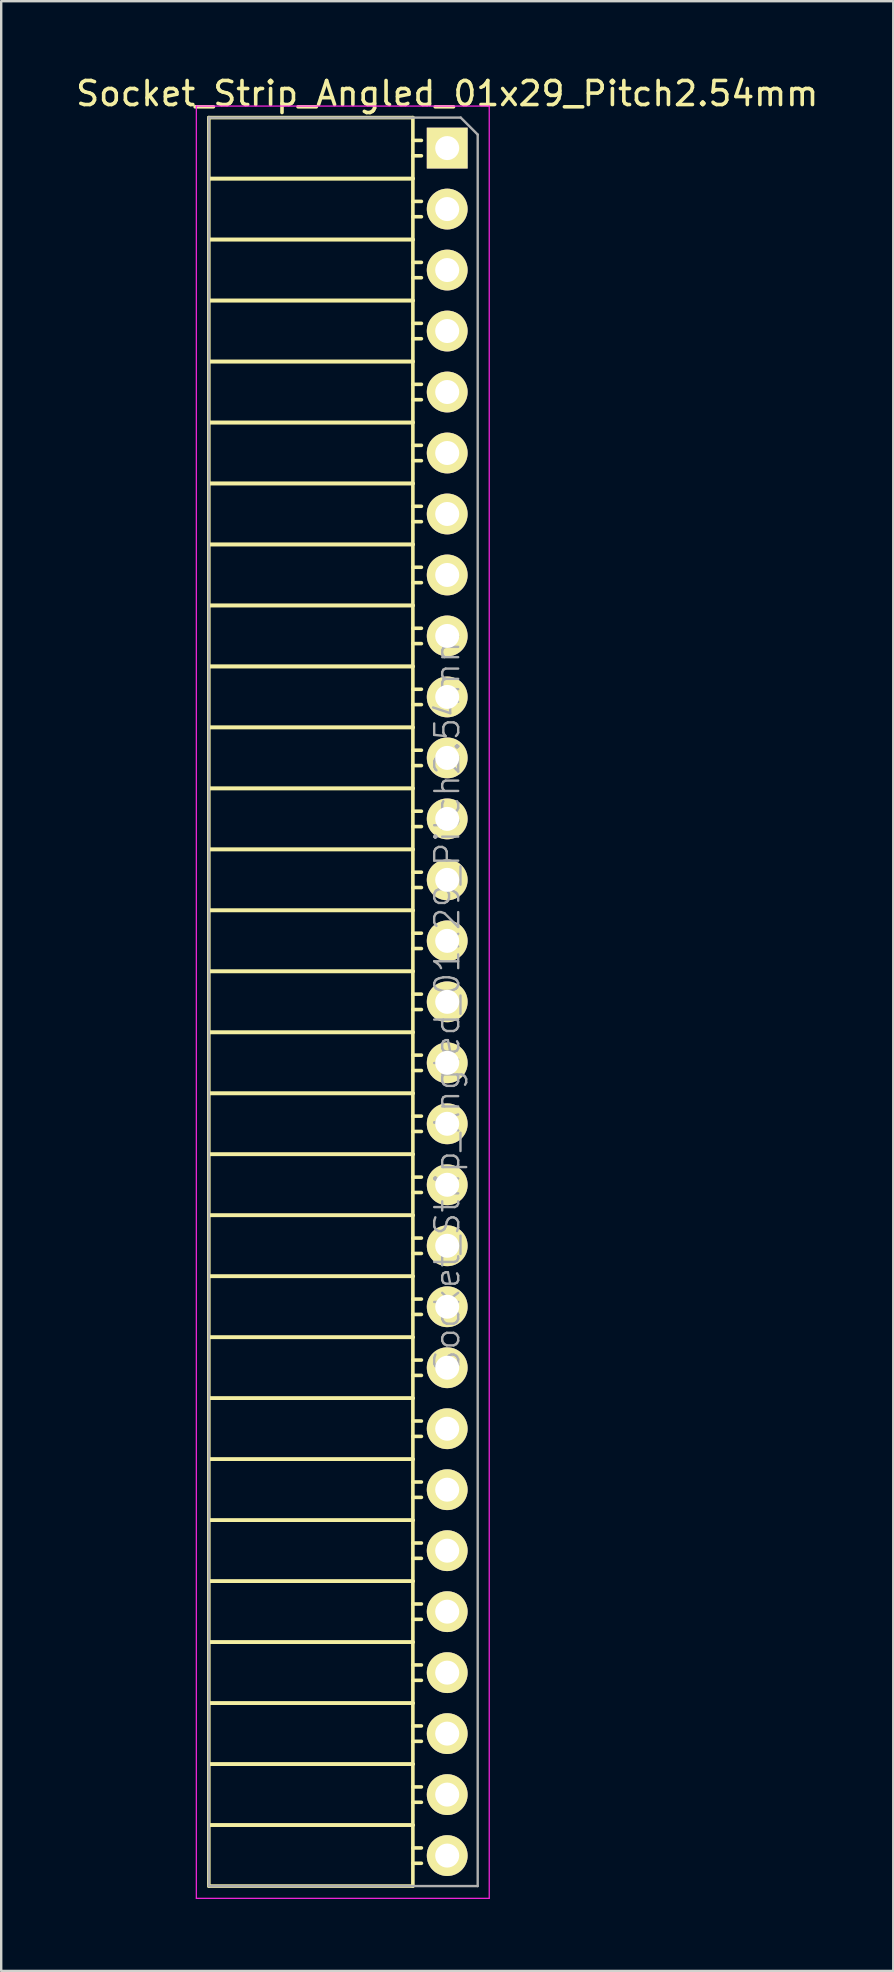
<source format=kicad_pcb>
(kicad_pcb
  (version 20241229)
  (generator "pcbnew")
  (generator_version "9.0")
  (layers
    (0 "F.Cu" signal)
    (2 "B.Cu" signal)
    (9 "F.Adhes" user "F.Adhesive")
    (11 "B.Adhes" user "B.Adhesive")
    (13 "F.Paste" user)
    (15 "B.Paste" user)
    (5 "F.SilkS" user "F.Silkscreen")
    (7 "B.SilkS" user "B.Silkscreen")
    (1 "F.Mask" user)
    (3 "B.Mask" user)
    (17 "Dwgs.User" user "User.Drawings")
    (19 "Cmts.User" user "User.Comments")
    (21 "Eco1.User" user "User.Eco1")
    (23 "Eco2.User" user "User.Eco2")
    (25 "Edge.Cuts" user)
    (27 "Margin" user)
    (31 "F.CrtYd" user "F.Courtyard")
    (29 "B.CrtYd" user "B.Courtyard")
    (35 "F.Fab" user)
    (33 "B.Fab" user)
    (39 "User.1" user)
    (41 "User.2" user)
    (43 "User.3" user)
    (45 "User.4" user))
  (footprint "Socket_Strip_Angled_01x29_Pitch2.54mm"
    (layer "F.Cu")
    (at 15.577 3.118)
    (property "Reference" "Socket_Strip_Angled_01x29_Pitch2.54mm" (at 0 -2.27 0) (layer "F.SilkS") (effects (font (size 1 1) (thickness 0.15))))
    (attr smd)
    (fp_line (start -9.93 -1.27) (end -9.93 1.27) (stroke (width 0.15) (type solid)) (layer "F.SilkS"))
    (fp_line (start -9.93 -1.27) (end -1.43 -1.27) (stroke (width 0.15) (type solid)) (layer "F.SilkS"))
    (fp_line (start -9.93 1.27) (end -9.93 3.81) (stroke (width 0.15) (type solid)) (layer "F.SilkS"))
    (fp_line (start -9.93 1.27) (end -1.43 1.27) (stroke (width 0.15) (type solid)) (layer "F.SilkS"))
    (fp_line (start -9.93 1.27) (end -1.43 1.27) (stroke (width 0.15) (type solid)) (layer "F.SilkS"))
    (fp_line (start -9.93 3.81) (end -9.93 6.35) (stroke (width 0.15) (type solid)) (layer "F.SilkS"))
    (fp_line (start -9.93 3.81) (end -1.43 3.81) (stroke (width 0.15) (type solid)) (layer "F.SilkS"))
    (fp_line (start -9.93 3.81) (end -1.43 3.81) (stroke (width 0.15) (type solid)) (layer "F.SilkS"))
    (fp_line (start -9.93 6.35) (end -9.93 8.89) (stroke (width 0.15) (type solid)) (layer "F.SilkS"))
    (fp_line (start -9.93 6.35) (end -1.43 6.35) (stroke (width 0.15) (type solid)) (layer "F.SilkS"))
    (fp_line (start -9.93 6.35) (end -1.43 6.35) (stroke (width 0.15) (type solid)) (layer "F.SilkS"))
    (fp_line (start -9.93 8.89) (end -9.93 11.43) (stroke (width 0.15) (type solid)) (layer "F.SilkS"))
    (fp_line (start -9.93 8.89) (end -1.43 8.89) (stroke (width 0.15) (type solid)) (layer "F.SilkS"))
    (fp_line (start -9.93 8.89) (end -1.43 8.89) (stroke (width 0.15) (type solid)) (layer "F.SilkS"))
    (fp_line (start -9.93 11.43) (end -9.93 13.97) (stroke (width 0.15) (type solid)) (layer "F.SilkS"))
    (fp_line (start -9.93 11.43) (end -1.43 11.43) (stroke (width 0.15) (type solid)) (layer "F.SilkS"))
    (fp_line (start -9.93 11.43) (end -1.43 11.43) (stroke (width 0.15) (type solid)) (layer "F.SilkS"))
    (fp_line (start -9.93 13.97) (end -9.93 16.51) (stroke (width 0.15) (type solid)) (layer "F.SilkS"))
    (fp_line (start -9.93 13.97) (end -1.43 13.97) (stroke (width 0.15) (type solid)) (layer "F.SilkS"))
    (fp_line (start -9.93 13.97) (end -1.43 13.97) (stroke (width 0.15) (type solid)) (layer "F.SilkS"))
    (fp_line (start -9.93 16.51) (end -9.93 19.05) (stroke (width 0.15) (type solid)) (layer "F.SilkS"))
    (fp_line (start -9.93 16.51) (end -1.43 16.51) (stroke (width 0.15) (type solid)) (layer "F.SilkS"))
    (fp_line (start -9.93 16.51) (end -1.43 16.51) (stroke (width 0.15) (type solid)) (layer "F.SilkS"))
    (fp_line (start -9.93 19.05) (end -9.93 21.59) (stroke (width 0.15) (type solid)) (layer "F.SilkS"))
    (fp_line (start -9.93 19.05) (end -1.43 19.05) (stroke (width 0.15) (type solid)) (layer "F.SilkS"))
    (fp_line (start -9.93 19.05) (end -1.43 19.05) (stroke (width 0.15) (type solid)) (layer "F.SilkS"))
    (fp_line (start -9.93 21.59) (end -9.93 24.13) (stroke (width 0.15) (type solid)) (layer "F.SilkS"))
    (fp_line (start -9.93 21.59) (end -1.43 21.59) (stroke (width 0.15) (type solid)) (layer "F.SilkS"))
    (fp_line (start -9.93 21.59) (end -1.43 21.59) (stroke (width 0.15) (type solid)) (layer "F.SilkS"))
    (fp_line (start -9.93 24.13) (end -9.93 26.67) (stroke (width 0.15) (type solid)) (layer "F.SilkS"))
    (fp_line (start -9.93 24.13) (end -1.43 24.13) (stroke (width 0.15) (type solid)) (layer "F.SilkS"))
    (fp_line (start -9.93 24.13) (end -1.43 24.13) (stroke (width 0.15) (type solid)) (layer "F.SilkS"))
    (fp_line (start -9.93 26.67) (end -9.93 29.21) (stroke (width 0.15) (type solid)) (layer "F.SilkS"))
    (fp_line (start -9.93 26.67) (end -1.43 26.67) (stroke (width 0.15) (type solid)) (layer "F.SilkS"))
    (fp_line (start -9.93 26.67) (end -1.43 26.67) (stroke (width 0.15) (type solid)) (layer "F.SilkS"))
    (fp_line (start -9.93 29.21) (end -9.93 31.75) (stroke (width 0.15) (type solid)) (layer "F.SilkS"))
    (fp_line (start -9.93 29.21) (end -1.43 29.21) (stroke (width 0.15) (type solid)) (layer "F.SilkS"))
    (fp_line (start -9.93 29.21) (end -1.43 29.21) (stroke (width 0.15) (type solid)) (layer "F.SilkS"))
    (fp_line (start -9.93 31.75) (end -9.93 34.29) (stroke (width 0.15) (type solid)) (layer "F.SilkS"))
    (fp_line (start -9.93 31.75) (end -1.43 31.75) (stroke (width 0.15) (type solid)) (layer "F.SilkS"))
    (fp_line (start -9.93 31.75) (end -1.43 31.75) (stroke (width 0.15) (type solid)) (layer "F.SilkS"))
    (fp_line (start -9.93 34.29) (end -9.93 36.83) (stroke (width 0.15) (type solid)) (layer "F.SilkS"))
    (fp_line (start -9.93 34.29) (end -1.43 34.29) (stroke (width 0.15) (type solid)) (layer "F.SilkS"))
    (fp_line (start -9.93 34.29) (end -1.43 34.29) (stroke (width 0.15) (type solid)) (layer "F.SilkS"))
    (fp_line (start -9.93 36.83) (end -9.93 39.37) (stroke (width 0.15) (type solid)) (layer "F.SilkS"))
    (fp_line (start -9.93 36.83) (end -1.43 36.83) (stroke (width 0.15) (type solid)) (layer "F.SilkS"))
    (fp_line (start -9.93 36.83) (end -1.43 36.83) (stroke (width 0.15) (type solid)) (layer "F.SilkS"))
    (fp_line (start -9.93 39.37) (end -9.93 41.91) (stroke (width 0.15) (type solid)) (layer "F.SilkS"))
    (fp_line (start -9.93 39.37) (end -1.43 39.37) (stroke (width 0.15) (type solid)) (layer "F.SilkS"))
    (fp_line (start -9.93 39.37) (end -1.43 39.37) (stroke (width 0.15) (type solid)) (layer "F.SilkS"))
    (fp_line (start -9.93 41.91) (end -9.93 44.45) (stroke (width 0.15) (type solid)) (layer "F.SilkS"))
    (fp_line (start -9.93 41.91) (end -1.43 41.91) (stroke (width 0.15) (type solid)) (layer "F.SilkS"))
    (fp_line (start -9.93 41.91) (end -1.43 41.91) (stroke (width 0.15) (type solid)) (layer "F.SilkS"))
    (fp_line (start -9.93 44.45) (end -9.93 46.99) (stroke (width 0.15) (type solid)) (layer "F.SilkS"))
    (fp_line (start -9.93 44.45) (end -1.43 44.45) (stroke (width 0.15) (type solid)) (layer "F.SilkS"))
    (fp_line (start -9.93 44.45) (end -1.43 44.45) (stroke (width 0.15) (type solid)) (layer "F.SilkS"))
    (fp_line (start -9.93 46.99) (end -9.93 49.53) (stroke (width 0.15) (type solid)) (layer "F.SilkS"))
    (fp_line (start -9.93 46.99) (end -1.43 46.99) (stroke (width 0.15) (type solid)) (layer "F.SilkS"))
    (fp_line (start -9.93 46.99) (end -1.43 46.99) (stroke (width 0.15) (type solid)) (layer "F.SilkS"))
    (fp_line (start -9.93 49.53) (end -9.93 52.07) (stroke (width 0.15) (type solid)) (layer "F.SilkS"))
    (fp_line (start -9.93 49.53) (end -1.43 49.53) (stroke (width 0.15) (type solid)) (layer "F.SilkS"))
    (fp_line (start -9.93 49.53) (end -1.43 49.53) (stroke (width 0.15) (type solid)) (layer "F.SilkS"))
    (fp_line (start -9.93 52.07) (end -9.93 54.61) (stroke (width 0.15) (type solid)) (layer "F.SilkS"))
    (fp_line (start -9.93 52.07) (end -1.43 52.07) (stroke (width 0.15) (type solid)) (layer "F.SilkS"))
    (fp_line (start -9.93 52.07) (end -1.43 52.07) (stroke (width 0.15) (type solid)) (layer "F.SilkS"))
    (fp_line (start -9.93 54.61) (end -9.93 57.15) (stroke (width 0.15) (type solid)) (layer "F.SilkS"))
    (fp_line (start -9.93 54.61) (end -1.43 54.61) (stroke (width 0.15) (type solid)) (layer "F.SilkS"))
    (fp_line (start -9.93 54.61) (end -1.43 54.61) (stroke (width 0.15) (type solid)) (layer "F.SilkS"))
    (fp_line (start -9.93 57.15) (end -9.93 59.69) (stroke (width 0.15) (type solid)) (layer "F.SilkS"))
    (fp_line (start -9.93 57.15) (end -1.43 57.15) (stroke (width 0.15) (type solid)) (layer "F.SilkS"))
    (fp_line (start -9.93 57.15) (end -1.43 57.15) (stroke (width 0.15) (type solid)) (layer "F.SilkS"))
    (fp_line (start -9.93 59.69) (end -9.93 62.23) (stroke (width 0.15) (type solid)) (layer "F.SilkS"))
    (fp_line (start -9.93 59.69) (end -1.43 59.69) (stroke (width 0.15) (type solid)) (layer "F.SilkS"))
    (fp_line (start -9.93 59.69) (end -1.43 59.69) (stroke (width 0.15) (type solid)) (layer "F.SilkS"))
    (fp_line (start -9.93 62.23) (end -9.93 64.77) (stroke (width 0.15) (type solid)) (layer "F.SilkS"))
    (fp_line (start -9.93 62.23) (end -1.43 62.23) (stroke (width 0.15) (type solid)) (layer "F.SilkS"))
    (fp_line (start -9.93 62.23) (end -1.43 62.23) (stroke (width 0.15) (type solid)) (layer "F.SilkS"))
    (fp_line (start -9.93 64.77) (end -9.93 67.31) (stroke (width 0.15) (type solid)) (layer "F.SilkS"))
    (fp_line (start -9.93 64.77) (end -1.43 64.77) (stroke (width 0.15) (type solid)) (layer "F.SilkS"))
    (fp_line (start -9.93 64.77) (end -1.43 64.77) (stroke (width 0.15) (type solid)) (layer "F.SilkS"))
    (fp_line (start -9.93 67.31) (end -9.93 69.85) (stroke (width 0.15) (type solid)) (layer "F.SilkS"))
    (fp_line (start -9.93 67.31) (end -1.43 67.31) (stroke (width 0.15) (type solid)) (layer "F.SilkS"))
    (fp_line (start -9.93 67.31) (end -1.43 67.31) (stroke (width 0.15) (type solid)) (layer "F.SilkS"))
    (fp_line (start -9.93 69.85) (end -9.93 72.39) (stroke (width 0.15) (type solid)) (layer "F.SilkS"))
    (fp_line (start -9.93 69.85) (end -1.43 69.85) (stroke (width 0.15) (type solid)) (layer "F.SilkS"))
    (fp_line (start -9.93 69.85) (end -1.43 69.85) (stroke (width 0.15) (type solid)) (layer "F.SilkS"))
    (fp_line (start -9.93 72.39) (end -1.43 72.39) (stroke (width 0.15) (type solid)) (layer "F.SilkS"))
    (fp_line (start -1.43 -1.27) (end -1.43 1.27) (stroke (width 0.15) (type solid)) (layer "F.SilkS"))
    (fp_line (start -1.43 -0.32) (end -1.075 -0.32) (stroke (width 0.15) (type solid)) (layer "F.SilkS"))
    (fp_line (start -1.43 0.32) (end -1.075 0.32) (stroke (width 0.15) (type solid)) (layer "F.SilkS"))
    (fp_line (start -1.43 1.27) (end -1.43 3.81) (stroke (width 0.15) (type solid)) (layer "F.SilkS"))
    (fp_line (start -1.43 2.22) (end -1.075 2.22) (stroke (width 0.15) (type solid)) (layer "F.SilkS"))
    (fp_line (start -1.43 2.86) (end -1.075 2.86) (stroke (width 0.15) (type solid)) (layer "F.SilkS"))
    (fp_line (start -1.43 3.81) (end -1.43 6.35) (stroke (width 0.15) (type solid)) (layer "F.SilkS"))
    (fp_line (start -1.43 4.76) (end -1.075 4.76) (stroke (width 0.15) (type solid)) (layer "F.SilkS"))
    (fp_line (start -1.43 5.4) (end -1.075 5.4) (stroke (width 0.15) (type solid)) (layer "F.SilkS"))
    (fp_line (start -1.43 6.35) (end -1.43 8.89) (stroke (width 0.15) (type solid)) (layer "F.SilkS"))
    (fp_line (start -1.43 7.3) (end -1.075 7.3) (stroke (width 0.15) (type solid)) (layer "F.SilkS"))
    (fp_line (start -1.43 7.94) (end -1.075 7.94) (stroke (width 0.15) (type solid)) (layer "F.SilkS"))
    (fp_line (start -1.43 8.89) (end -1.43 11.43) (stroke (width 0.15) (type solid)) (layer "F.SilkS"))
    (fp_line (start -1.43 9.84) (end -1.075 9.84) (stroke (width 0.15) (type solid)) (layer "F.SilkS"))
    (fp_line (start -1.43 10.48) (end -1.075 10.48) (stroke (width 0.15) (type solid)) (layer "F.SilkS"))
    (fp_line (start -1.43 11.43) (end -1.43 13.97) (stroke (width 0.15) (type solid)) (layer "F.SilkS"))
    (fp_line (start -1.43 12.38) (end -1.075 12.38) (stroke (width 0.15) (type solid)) (layer "F.SilkS"))
    (fp_line (start -1.43 13.02) (end -1.075 13.02) (stroke (width 0.15) (type solid)) (layer "F.SilkS"))
    (fp_line (start -1.43 13.97) (end -1.43 16.51) (stroke (width 0.15) (type solid)) (layer "F.SilkS"))
    (fp_line (start -1.43 14.92) (end -1.075 14.92) (stroke (width 0.15) (type solid)) (layer "F.SilkS"))
    (fp_line (start -1.43 15.56) (end -1.075 15.56) (stroke (width 0.15) (type solid)) (layer "F.SilkS"))
    (fp_line (start -1.43 16.51) (end -1.43 19.05) (stroke (width 0.15) (type solid)) (layer "F.SilkS"))
    (fp_line (start -1.43 17.46) (end -1.075 17.46) (stroke (width 0.15) (type solid)) (layer "F.SilkS"))
    (fp_line (start -1.43 18.1) (end -1.075 18.1) (stroke (width 0.15) (type solid)) (layer "F.SilkS"))
    (fp_line (start -1.43 19.05) (end -1.43 21.59) (stroke (width 0.15) (type solid)) (layer "F.SilkS"))
    (fp_line (start -1.43 20) (end -1.075 20) (stroke (width 0.15) (type solid)) (layer "F.SilkS"))
    (fp_line (start -1.43 20.64) (end -1.075 20.64) (stroke (width 0.15) (type solid)) (layer "F.SilkS"))
    (fp_line (start -1.43 21.59) (end -1.43 24.13) (stroke (width 0.15) (type solid)) (layer "F.SilkS"))
    (fp_line (start -1.43 22.54) (end -1.075 22.54) (stroke (width 0.15) (type solid)) (layer "F.SilkS"))
    (fp_line (start -1.43 23.18) (end -1.075 23.18) (stroke (width 0.15) (type solid)) (layer "F.SilkS"))
    (fp_line (start -1.43 24.13) (end -1.43 26.67) (stroke (width 0.15) (type solid)) (layer "F.SilkS"))
    (fp_line (start -1.43 25.08) (end -1.075 25.08) (stroke (width 0.15) (type solid)) (layer "F.SilkS"))
    (fp_line (start -1.43 25.72) (end -1.075 25.72) (stroke (width 0.15) (type solid)) (layer "F.SilkS"))
    (fp_line (start -1.43 26.67) (end -1.43 29.21) (stroke (width 0.15) (type solid)) (layer "F.SilkS"))
    (fp_line (start -1.43 27.62) (end -1.075 27.62) (stroke (width 0.15) (type solid)) (layer "F.SilkS"))
    (fp_line (start -1.43 28.26) (end -1.075 28.26) (stroke (width 0.15) (type solid)) (layer "F.SilkS"))
    (fp_line (start -1.43 29.21) (end -1.43 31.75) (stroke (width 0.15) (type solid)) (layer "F.SilkS"))
    (fp_line (start -1.43 30.16) (end -1.075 30.16) (stroke (width 0.15) (type solid)) (layer "F.SilkS"))
    (fp_line (start -1.43 30.8) (end -1.075 30.8) (stroke (width 0.15) (type solid)) (layer "F.SilkS"))
    (fp_line (start -1.43 31.75) (end -1.43 34.29) (stroke (width 0.15) (type solid)) (layer "F.SilkS"))
    (fp_line (start -1.43 32.7) (end -1.075 32.7) (stroke (width 0.15) (type solid)) (layer "F.SilkS"))
    (fp_line (start -1.43 33.34) (end -1.075 33.34) (stroke (width 0.15) (type solid)) (layer "F.SilkS"))
    (fp_line (start -1.43 34.29) (end -1.43 36.83) (stroke (width 0.15) (type solid)) (layer "F.SilkS"))
    (fp_line (start -1.43 35.24) (end -1.075 35.24) (stroke (width 0.15) (type solid)) (layer "F.SilkS"))
    (fp_line (start -1.43 35.88) (end -1.075 35.88) (stroke (width 0.15) (type solid)) (layer "F.SilkS"))
    (fp_line (start -1.43 36.83) (end -1.43 39.37) (stroke (width 0.15) (type solid)) (layer "F.SilkS"))
    (fp_line (start -1.43 37.78) (end -1.075 37.78) (stroke (width 0.15) (type solid)) (layer "F.SilkS"))
    (fp_line (start -1.43 38.42) (end -1.075 38.42) (stroke (width 0.15) (type solid)) (layer "F.SilkS"))
    (fp_line (start -1.43 39.37) (end -1.43 41.91) (stroke (width 0.15) (type solid)) (layer "F.SilkS"))
    (fp_line (start -1.43 40.32) (end -1.075 40.32) (stroke (width 0.15) (type solid)) (layer "F.SilkS"))
    (fp_line (start -1.43 40.96) (end -1.075 40.96) (stroke (width 0.15) (type solid)) (layer "F.SilkS"))
    (fp_line (start -1.43 41.91) (end -1.43 44.45) (stroke (width 0.15) (type solid)) (layer "F.SilkS"))
    (fp_line (start -1.43 42.86) (end -1.075 42.86) (stroke (width 0.15) (type solid)) (layer "F.SilkS"))
    (fp_line (start -1.43 43.5) (end -1.075 43.5) (stroke (width 0.15) (type solid)) (layer "F.SilkS"))
    (fp_line (start -1.43 44.45) (end -1.43 46.99) (stroke (width 0.15) (type solid)) (layer "F.SilkS"))
    (fp_line (start -1.43 45.4) (end -1.075 45.4) (stroke (width 0.15) (type solid)) (layer "F.SilkS"))
    (fp_line (start -1.43 46.04) (end -1.075 46.04) (stroke (width 0.15) (type solid)) (layer "F.SilkS"))
    (fp_line (start -1.43 46.99) (end -1.43 49.53) (stroke (width 0.15) (type solid)) (layer "F.SilkS"))
    (fp_line (start -1.43 47.94) (end -1.075 47.94) (stroke (width 0.15) (type solid)) (layer "F.SilkS"))
    (fp_line (start -1.43 48.58) (end -1.075 48.58) (stroke (width 0.15) (type solid)) (layer "F.SilkS"))
    (fp_line (start -1.43 49.53) (end -1.43 52.07) (stroke (width 0.15) (type solid)) (layer "F.SilkS"))
    (fp_line (start -1.43 50.48) (end -1.075 50.48) (stroke (width 0.15) (type solid)) (layer "F.SilkS"))
    (fp_line (start -1.43 51.12) (end -1.075 51.12) (stroke (width 0.15) (type solid)) (layer "F.SilkS"))
    (fp_line (start -1.43 52.07) (end -1.43 54.61) (stroke (width 0.15) (type solid)) (layer "F.SilkS"))
    (fp_line (start -1.43 53.02) (end -1.075 53.02) (stroke (width 0.15) (type solid)) (layer "F.SilkS"))
    (fp_line (start -1.43 53.66) (end -1.075 53.66) (stroke (width 0.15) (type solid)) (layer "F.SilkS"))
    (fp_line (start -1.43 54.61) (end -1.43 57.15) (stroke (width 0.15) (type solid)) (layer "F.SilkS"))
    (fp_line (start -1.43 55.56) (end -1.075 55.56) (stroke (width 0.15) (type solid)) (layer "F.SilkS"))
    (fp_line (start -1.43 56.2) (end -1.075 56.2) (stroke (width 0.15) (type solid)) (layer "F.SilkS"))
    (fp_line (start -1.43 57.15) (end -1.43 59.69) (stroke (width 0.15) (type solid)) (layer "F.SilkS"))
    (fp_line (start -1.43 58.1) (end -1.075 58.1) (stroke (width 0.15) (type solid)) (layer "F.SilkS"))
    (fp_line (start -1.43 58.74) (end -1.075 58.74) (stroke (width 0.15) (type solid)) (layer "F.SilkS"))
    (fp_line (start -1.43 59.69) (end -1.43 62.23) (stroke (width 0.15) (type solid)) (layer "F.SilkS"))
    (fp_line (start -1.43 60.64) (end -1.075 60.64) (stroke (width 0.15) (type solid)) (layer "F.SilkS"))
    (fp_line (start -1.43 61.28) (end -1.075 61.28) (stroke (width 0.15) (type solid)) (layer "F.SilkS"))
    (fp_line (start -1.43 62.23) (end -1.43 64.77) (stroke (width 0.15) (type solid)) (layer "F.SilkS"))
    (fp_line (start -1.43 63.18) (end -1.075 63.18) (stroke (width 0.15) (type solid)) (layer "F.SilkS"))
    (fp_line (start -1.43 63.82) (end -1.075 63.82) (stroke (width 0.15) (type solid)) (layer "F.SilkS"))
    (fp_line (start -1.43 64.77) (end -1.43 67.31) (stroke (width 0.15) (type solid)) (layer "F.SilkS"))
    (fp_line (start -1.43 65.72) (end -1.075 65.72) (stroke (width 0.15) (type solid)) (layer "F.SilkS"))
    (fp_line (start -1.43 66.36) (end -1.075 66.36) (stroke (width 0.15) (type solid)) (layer "F.SilkS"))
    (fp_line (start -1.43 67.31) (end -1.43 69.85) (stroke (width 0.15) (type solid)) (layer "F.SilkS"))
    (fp_line (start -1.43 68.26) (end -1.075 68.26) (stroke (width 0.15) (type solid)) (layer "F.SilkS"))
    (fp_line (start -1.43 68.9) (end -1.075 68.9) (stroke (width 0.15) (type solid)) (layer "F.SilkS"))
    (fp_line (start -1.43 69.85) (end -1.43 72.39) (stroke (width 0.15) (type solid)) (layer "F.SilkS"))
    (fp_line (start -1.43 70.8) (end -1.075 70.8) (stroke (width 0.15) (type solid)) (layer "F.SilkS"))
    (fp_line (start -1.43 71.44) (end -1.075 71.44) (stroke (width 0.15) (type solid)) (layer "F.SilkS"))
    (fp_line (start -10.45 -1.75) (end 1.75 -1.75) (stroke (width 0.05) (type solid)) (layer "F.CrtYd"))
    (fp_line (start -10.45 72.9) (end -10.45 -1.75) (stroke (width 0.05) (type solid)) (layer "F.CrtYd"))
    (fp_line (start -10.45 72.9) (end 1.75 72.9) (stroke (width 0.05) (type solid)) (layer "F.CrtYd"))
    (fp_line (start 1.75 72.9) (end 1.75 -1.75) (stroke (width 0.05) (type solid)) (layer "F.CrtYd"))
    (fp_line (start -9.93 -1.27) (end 0.563 -1.27) (stroke (width 0.1) (type solid)) (layer "F.Fab"))
    (fp_line (start -9.93 72.39) (end -9.93 -1.27) (stroke (width 0.1) (type solid)) (layer "F.Fab"))
    (fp_line (start -9.93 72.39) (end 1.27 72.39) (stroke (width 0.1) (type solid)) (layer "F.Fab"))
    (fp_line (start 1.27 -0.563) (end 0.563 -1.27) (stroke (width 0.1) (type solid)) (layer "F.Fab"))
    (fp_line (start 1.27 72.39) (end 1.27 -0.563) (stroke (width 0.1) (type solid)) (layer "F.Fab"))
    (fp_text user "${REFERENCE}" (at 0 35.56 90) (layer "F.Fab") (effects (font (size 1 1) (thickness 0.1))))
    (pad "1" thru_hole rect (at 0 0) (size 1.7 1.7) (drill 1) (layers "*.Cu" "*.Mask" "F.SilkS"))
    (pad "2" thru_hole oval (at 0 2.54) (size 1.7 1.7) (drill 1) (layers "*.Cu" "*.Mask" "F.SilkS"))
    (pad "3" thru_hole oval (at 0 5.08) (size 1.7 1.7) (drill 1) (layers "*.Cu" "*.Mask" "F.SilkS"))
    (pad "4" thru_hole oval (at 0 7.62) (size 1.7 1.7) (drill 1) (layers "*.Cu" "*.Mask" "F.SilkS"))
    (pad "5" thru_hole oval (at 0 10.16) (size 1.7 1.7) (drill 1) (layers "*.Cu" "*.Mask" "F.SilkS"))
    (pad "6" thru_hole oval (at 0 12.7) (size 1.7 1.7) (drill 1) (layers "*.Cu" "*.Mask" "F.SilkS"))
    (pad "7" thru_hole oval (at 0 15.24) (size 1.7 1.7) (drill 1) (layers "*.Cu" "*.Mask" "F.SilkS"))
    (pad "8" thru_hole oval (at 0 17.78) (size 1.7 1.7) (drill 1) (layers "*.Cu" "*.Mask" "F.SilkS"))
    (pad "9" thru_hole oval (at 0 20.32) (size 1.7 1.7) (drill 1) (layers "*.Cu" "*.Mask" "F.SilkS"))
    (pad "10" thru_hole oval (at 0 22.86) (size 1.7 1.7) (drill 1) (layers "*.Cu" "*.Mask" "F.SilkS"))
    (pad "11" thru_hole oval (at 0 25.4) (size 1.7 1.7) (drill 1) (layers "*.Cu" "*.Mask" "F.SilkS"))
    (pad "12" thru_hole oval (at 0 27.94) (size 1.7 1.7) (drill 1) (layers "*.Cu" "*.Mask" "F.SilkS"))
    (pad "13" thru_hole oval (at 0 30.48) (size 1.7 1.7) (drill 1) (layers "*.Cu" "*.Mask" "F.SilkS"))
    (pad "14" thru_hole oval (at 0 33.02) (size 1.7 1.7) (drill 1) (layers "*.Cu" "*.Mask" "F.SilkS"))
    (pad "15" thru_hole oval (at 0 35.56) (size 1.7 1.7) (drill 1) (layers "*.Cu" "*.Mask" "F.SilkS"))
    (pad "16" thru_hole oval (at 0 38.1) (size 1.7 1.7) (drill 1) (layers "*.Cu" "*.Mask" "F.SilkS"))
    (pad "17" thru_hole oval (at 0 40.64) (size 1.7 1.7) (drill 1) (layers "*.Cu" "*.Mask" "F.SilkS"))
    (pad "18" thru_hole oval (at 0 43.18) (size 1.7 1.7) (drill 1) (layers "*.Cu" "*.Mask" "F.SilkS"))
    (pad "19" thru_hole oval (at 0 45.72) (size 1.7 1.7) (drill 1) (layers "*.Cu" "*.Mask" "F.SilkS"))
    (pad "20" thru_hole oval (at 0 48.26) (size 1.7 1.7) (drill 1) (layers "*.Cu" "*.Mask" "F.SilkS"))
    (pad "21" thru_hole oval (at 0 50.8) (size 1.7 1.7) (drill 1) (layers "*.Cu" "*.Mask" "F.SilkS"))
    (pad "22" thru_hole oval (at 0 53.34) (size 1.7 1.7) (drill 1) (layers "*.Cu" "*.Mask" "F.SilkS"))
    (pad "23" thru_hole oval (at 0 55.88) (size 1.7 1.7) (drill 1) (layers "*.Cu" "*.Mask" "F.SilkS"))
    (pad "24" thru_hole oval (at 0 58.42) (size 1.7 1.7) (drill 1) (layers "*.Cu" "*.Mask" "F.SilkS"))
    (pad "25" thru_hole oval (at 0 60.96) (size 1.7 1.7) (drill 1) (layers "*.Cu" "*.Mask" "F.SilkS"))
    (pad "26" thru_hole oval (at 0 63.5) (size 1.7 1.7) (drill 1) (layers "*.Cu" "*.Mask" "F.SilkS"))
    (pad "27" thru_hole oval (at 0 66.04) (size 1.7 1.7) (drill 1) (layers "*.Cu" "*.Mask" "F.SilkS"))
    (pad "28" thru_hole oval (at 0 68.58) (size 1.7 1.7) (drill 1) (layers "*.Cu" "*.Mask" "F.SilkS"))
    (pad "29" thru_hole oval (at 0 71.12) (size 1.7 1.7) (drill 1) (layers "*.Cu" "*.Mask" "F.SilkS")))
  (gr_rect
    (start -3 -3)
    (end 34.155 79.043)
    (stroke (width 0.1) (type default))
    (fill no)
    (layer "Edge.Cuts")))
</source>
